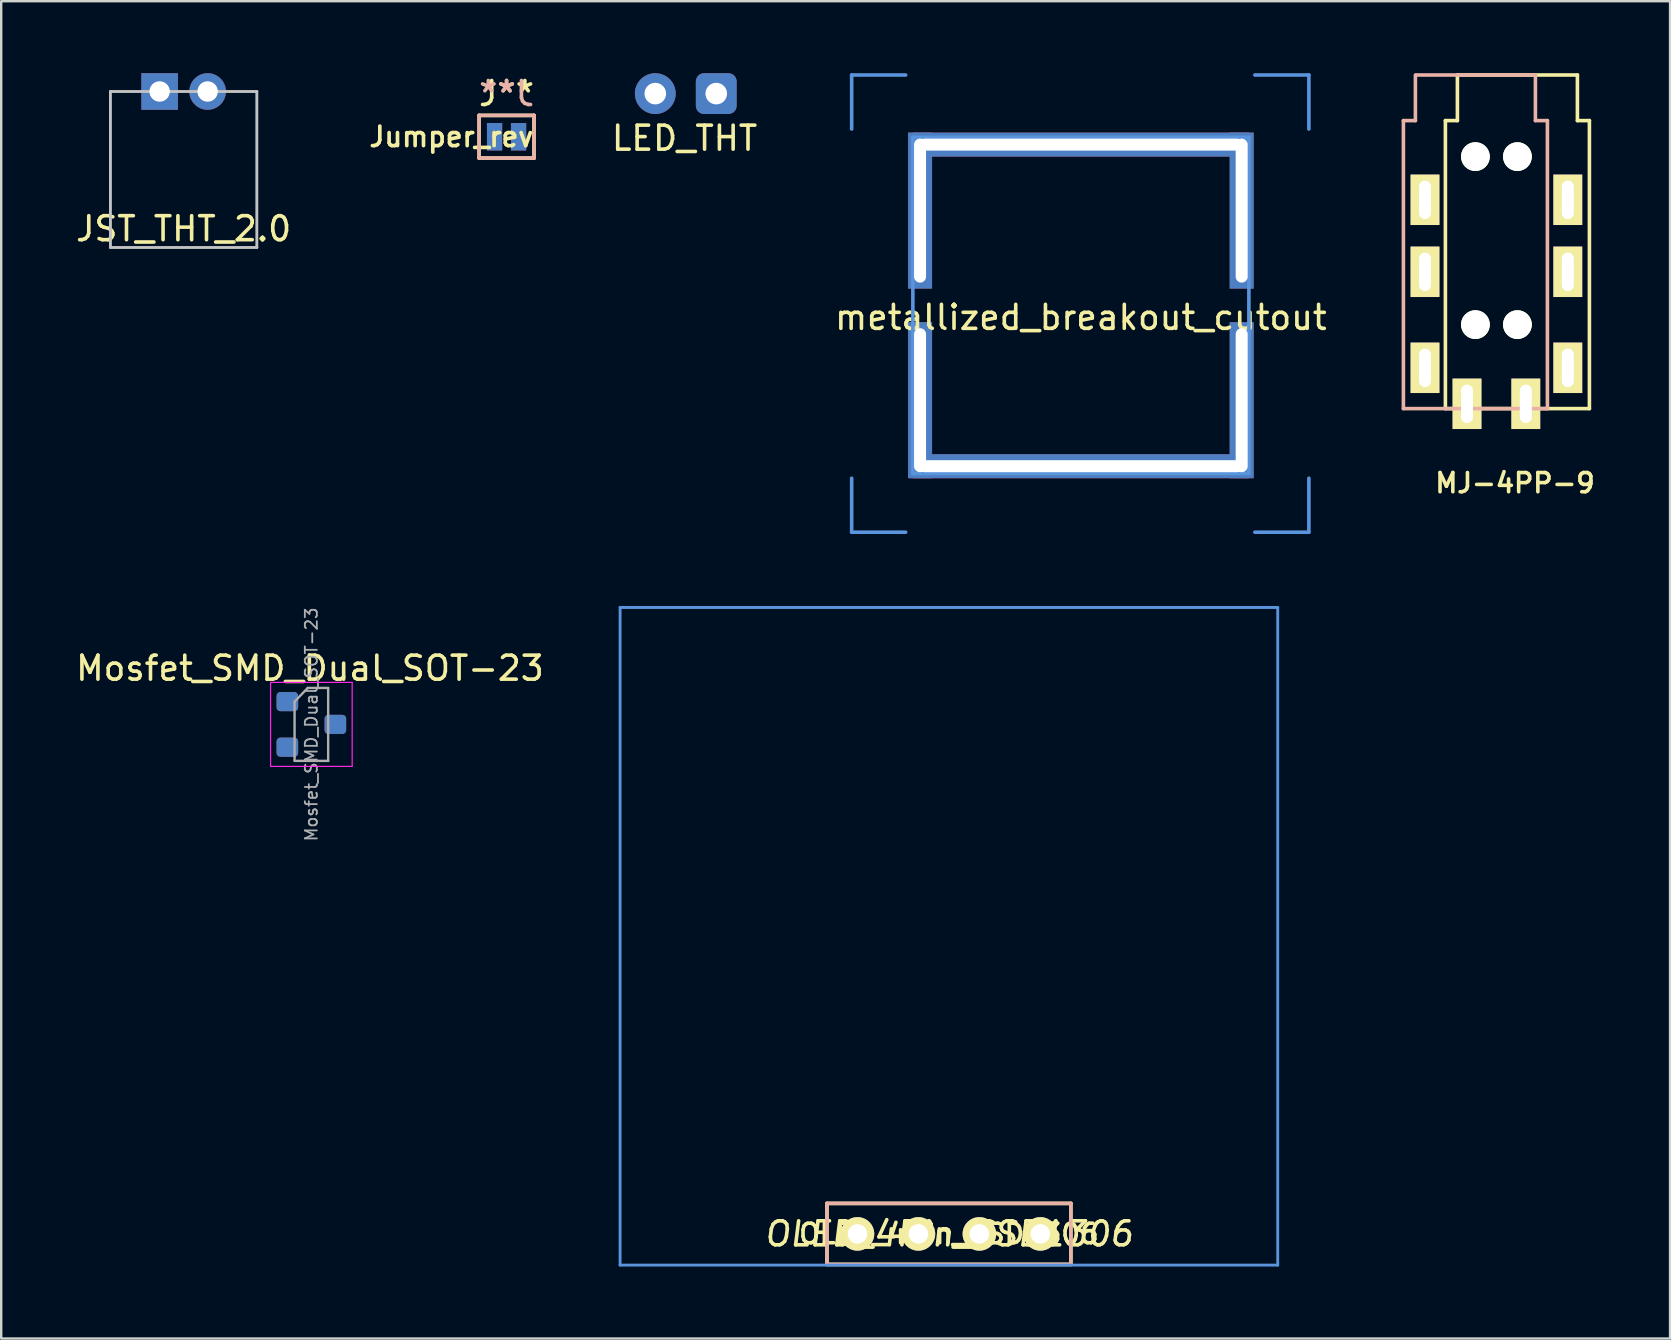
<source format=kicad_pcb>
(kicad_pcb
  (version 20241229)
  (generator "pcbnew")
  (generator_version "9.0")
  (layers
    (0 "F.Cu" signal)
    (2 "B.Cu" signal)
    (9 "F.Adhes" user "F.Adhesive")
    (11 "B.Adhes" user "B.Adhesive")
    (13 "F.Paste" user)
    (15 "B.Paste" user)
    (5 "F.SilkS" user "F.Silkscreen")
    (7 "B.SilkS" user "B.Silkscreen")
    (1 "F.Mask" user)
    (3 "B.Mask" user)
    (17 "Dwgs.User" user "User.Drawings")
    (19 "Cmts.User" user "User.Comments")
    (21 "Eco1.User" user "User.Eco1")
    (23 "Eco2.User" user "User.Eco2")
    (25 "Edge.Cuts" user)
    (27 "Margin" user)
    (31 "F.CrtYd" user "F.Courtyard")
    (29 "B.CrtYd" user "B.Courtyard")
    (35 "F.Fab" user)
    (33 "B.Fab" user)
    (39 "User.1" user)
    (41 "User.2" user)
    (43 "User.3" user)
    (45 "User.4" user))
  (footprint "Jumper_rev"
    (layer "F.Cu")
    (at 18.056 2.648)
    (property "Reference" "Jumper_rev" (at -2.3 0 0) (layer "F.SilkS") (effects (font (size 0.813 0.813) (thickness 0.152))))
    (attr smd)
    (fp_line (start -1.143 -0.889) (end 1.143 -0.889) (stroke (width 0.15) (type solid)) (layer "F.SilkS"))
    (fp_line (start -1.143 0.889) (end -1.143 -0.889) (stroke (width 0.15) (type solid)) (layer "F.SilkS"))
    (fp_line (start 1.143 -0.889) (end 1.143 0.889) (stroke (width 0.15) (type solid)) (layer "F.SilkS"))
    (fp_line (start 1.143 0.889) (end -1.143 0.889) (stroke (width 0.15) (type solid)) (layer "F.SilkS"))
    (fp_line (start -1.143 -0.889) (end -1.143 0.889) (stroke (width 0.15) (type solid)) (layer "B.SilkS"))
    (fp_line (start -1.143 0.889) (end 1.143 0.889) (stroke (width 0.15) (type solid)) (layer "B.SilkS"))
    (fp_line (start 1.143 -0.889) (end -1.143 -0.889) (stroke (width 0.15) (type solid)) (layer "B.SilkS"))
    (fp_line (start 1.143 0.889) (end 1.143 -0.889) (stroke (width 0.15) (type solid)) (layer "B.SilkS"))
    (fp_text user "J**" (at 0 -1.8 0) (layer "F.SilkS") (effects (font (size 1 1) (thickness 0.15))))
    (fp_text user "J**" (at 0 -1.8 0) (layer "B.SilkS") (effects (font (size 1 1) (thickness 0.15)) (justify mirror)))
    (pad "1" smd rect (at -0.5 0) (size 0.635 1.143) (layers "F.Cu" "F.Mask" "F.Paste"))
    (pad "1" smd rect (at -0.5 0) (size 0.635 1.143) (layers "B.Cu" "B.Mask" "B.Paste"))
    (pad "2" smd rect (at 0.5 0) (size 0.635 1.143) (layers "F.Cu" "F.Mask" "F.Paste"))
    (pad "2" smd rect (at 0.5 0) (size 0.635 1.143) (layers "B.Cu" "B.Mask" "B.Paste")))
  (footprint "Mosfet_SMD_Dual_SOT-23"
    (layer "F.Cu")
    (at 9.863 27.052)
    (property "Reference" "Mosfet_SMD_Dual_SOT-23" (at 0 -2.26 0) (layer "F.SilkS") (effects (font (size 1 1) (thickness 0.15))))
    (attr through_hole)
    (fp_line (start -1.64 -1.67) (end 1.76 -1.67) (stroke (width 0.05) (type solid)) (layer "F.CrtYd"))
    (fp_line (start -1.64 1.83) (end -1.64 -1.67) (stroke (width 0.05) (type solid)) (layer "F.CrtYd"))
    (fp_line (start 1.76 -1.67) (end 1.76 1.83) (stroke (width 0.05) (type solid)) (layer "F.CrtYd"))
    (fp_line (start 1.76 1.83) (end -1.64 1.83) (stroke (width 0.05) (type solid)) (layer "F.CrtYd"))
    (fp_line (start -0.64 -0.87) (end -0.64 1.58) (stroke (width 0.1) (type solid)) (layer "F.Fab"))
    (fp_line (start -0.64 -0.87) (end -0.09 -1.44) (stroke (width 0.1) (type solid)) (layer "F.Fab"))
    (fp_line (start -0.64 1.6) (end 0.76 1.6) (stroke (width 0.1) (type solid)) (layer "F.Fab"))
    (fp_line (start -0.09 -1.44) (end 0.76 -1.44) (stroke (width 0.1) (type solid)) (layer "F.Fab"))
    (fp_line (start 0.76 -1.44) (end 0.76 1.6) (stroke (width 0.1) (type solid)) (layer "F.Fab"))
    (fp_text user "${REFERENCE}" (at 0.06 0.08 90) (layer "F.Fab") (effects (font (size 0.5 0.5) (thickness 0.075))))
    (pad "1" smd roundrect (at -0.94 -0.87) (size 0.9 0.8) (layers "F.Cu" "F.Mask" "F.Paste") (roundrect_rratio 0.2))
    (pad "1" smd roundrect (at -0.94 1.03) (size 0.9 0.8) (layers "B.Cu" "B.Mask" "B.Paste") (roundrect_rratio 0.2))
    (pad "2" smd roundrect (at -0.94 -0.87) (size 0.9 0.8) (layers "B.Cu" "B.Mask" "B.Paste") (roundrect_rratio 0.2))
    (pad "2" smd roundrect (at -0.94 1.03) (size 0.9 0.8) (layers "F.Cu" "F.Mask" "F.Paste") (roundrect_rratio 0.2))
    (pad "3" smd roundrect (at 1.06 0.08) (size 0.9 0.8) (layers "F.Cu" "F.Mask" "F.Paste") (roundrect_rratio 0.2))
    (pad "3" smd roundrect (at 1.06 0.08) (size 0.9 0.8) (layers "B.Cu" "B.Mask" "B.Paste") (roundrect_rratio 0.2)))
  (footprint "JST_THT_2.0"
    (layer "F.Cu")
    (at 4.601 0.762)
    (property "Reference" "JST_THT_2.0" (at 0 5.72 0) (layer "F.SilkS") (effects (font (size 1 1) (thickness 0.15))))
    (attr through_hole)
    (fp_line (start -3.05 0) (end -3.05 6.5) (stroke (width 0.12) (type solid)) (layer "Dwgs.User"))
    (fp_line (start -3.05 0) (end 3.05 0) (stroke (width 0.12) (type solid)) (layer "Dwgs.User"))
    (fp_line (start -3.05 6.5) (end 3.05 6.5) (stroke (width 0.12) (type solid)) (layer "Dwgs.User"))
    (fp_line (start 3.05 6.5) (end 3.05 0) (stroke (width 0.12) (type solid)) (layer "Dwgs.User"))
    (pad "1" thru_hole circle (at 1 0) (size 1.524 1.524) (drill 0.85) (layers "*.Cu" "*.Mask"))
    (pad "2" thru_hole rect (at -1 0) (size 1.524 1.524) (drill 0.85) (layers "*.Cu" "*.Mask")))
  (footprint "OLED_4Pin_SSD1306"
    (layer "F.Cu")
    (at 36.486 48.36)
    (property "Reference" "OLED_4Pin_SSD1306" (at 0 0 180) (layer "F.SilkS") (effects (font (size 0.813 0.813) (thickness 0.15))))
    (attr through_hole)
    (fp_line (start -5.08 -1.27) (end 5.08 -1.27) (stroke (width 0.15) (type solid)) (layer "F.SilkS"))
    (fp_line (start -5.08 1.27) (end -5.08 -1.27) (stroke (width 0.15) (type solid)) (layer "F.SilkS"))
    (fp_line (start -5.08 1.27) (end 5.08 1.27) (stroke (width 0.15) (type solid)) (layer "F.SilkS"))
    (fp_line (start 5.08 -1.27) (end 5.08 1.27) (stroke (width 0.15) (type solid)) (layer "F.SilkS"))
    (fp_line (start -5.08 -1.27) (end 5.08 -1.27) (stroke (width 0.15) (type solid)) (layer "B.SilkS"))
    (fp_line (start -5.08 1.27) (end -5.08 -1.27) (stroke (width 0.15) (type solid)) (layer "B.SilkS"))
    (fp_line (start 5.08 -1.27) (end 5.08 1.27) (stroke (width 0.15) (type solid)) (layer "B.SilkS"))
    (fp_line (start 5.08 1.27) (end -5.08 1.27) (stroke (width 0.15) (type solid)) (layer "B.SilkS"))
    (fp_line (start -13.7 -26.1) (end -13.7 1.3) (stroke (width 0.12) (type solid)) (layer "Cmts.User"))
    (fp_line (start -13.7 -26.1) (end 13.7 -26.1) (stroke (width 0.12) (type solid)) (layer "Cmts.User"))
    (fp_line (start -13.7 1.3) (end 13.7 1.3) (stroke (width 0.12) (type solid)) (layer "Cmts.User"))
    (fp_line (start 13.7 -26.1) (end 13.7 1.3) (stroke (width 0.12) (type solid)) (layer "Cmts.User"))
    (fp_text user "${REFERENCE}" (at 0 0 0) (layer "F.SilkS") (effects (font (size 1 1) (thickness 0.15) (italic yes))))
    (pad "1" thru_hole circle (at -3.81 0) (size 1.397 1.397) (drill 0.813) (layers "*.Cu" "*.Mask" "F.SilkS"))
    (pad "2" thru_hole circle (at -1.27 0) (size 1.397 1.397) (drill 0.813) (layers "*.Cu" "*.Mask" "F.SilkS"))
    (pad "3" thru_hole circle (at 1.27 0) (size 1.397 1.397) (drill 0.813) (layers "*.Cu" "*.Mask" "F.SilkS"))
    (pad "4" thru_hole circle (at 3.81 0) (size 1.397 1.397) (drill 0.813) (layers "*.Cu" "*.Mask" "F.SilkS")))
  (footprint "metallized_breakout_cutout"
    (layer "F.Cu")
    (at 41.984 9.675)
    (property "Reference" "metallized_breakout_cutout" (at 0 0.5 0) (layer "F.SilkS") (effects (font (size 1 1) (thickness 0.15))))
    (attr through_hole)
    (fp_line (start -9.55 -9.6) (end -9.55 -7.35) (stroke (width 0.15) (type solid)) (layer "Cmts.User"))
    (fp_line (start -9.55 -9.6) (end -7.3 -9.6) (stroke (width 0.15) (type solid)) (layer "Cmts.User"))
    (fp_line (start -9.55 9.45) (end -9.55 7.2) (stroke (width 0.15) (type solid)) (layer "Cmts.User"))
    (fp_line (start -9.55 9.45) (end -7.3 9.45) (stroke (width 0.15) (type solid)) (layer "Cmts.User"))
    (fp_line (start -7 -7) (end -7 7) (stroke (width 0.15) (type solid)) (layer "Cmts.User"))
    (fp_line (start -7 7) (end 7 7) (stroke (width 0.15) (type solid)) (layer "Cmts.User"))
    (fp_line (start 0 -7) (end -7 -7) (stroke (width 0.15) (type solid)) (layer "Cmts.User"))
    (fp_line (start 7 -7) (end 0 -7) (stroke (width 0.15) (type solid)) (layer "Cmts.User"))
    (fp_line (start 7 7) (end 7 -7) (stroke (width 0.15) (type solid)) (layer "Cmts.User"))
    (fp_line (start 9.5 -9.6) (end 7.25 -9.6) (stroke (width 0.15) (type solid)) (layer "Cmts.User"))
    (fp_line (start 9.5 -9.6) (end 9.5 -7.35) (stroke (width 0.15) (type solid)) (layer "Cmts.User"))
    (fp_line (start 9.5 9.45) (end 7.25 9.45) (stroke (width 0.15) (type solid)) (layer "Cmts.User"))
    (fp_line (start 9.5 9.45) (end 9.5 7.2) (stroke (width 0.15) (type solid)) (layer "Cmts.User"))
    (pad "1" thru_hole custom (at -6.7 -3.95) (size 1 6.5) (drill oval 0.5 6) (layers "*.Cu" "*.Mask") (options (anchor rect)) (primitives))
    (pad "1" thru_hole custom (at -6.7 3.95) (size 1 6.5) (drill oval 0.5 6) (layers "*.Cu" "*.Mask") (options (anchor rect)) (primitives))
    (pad "1" thru_hole custom (at 0 -6.7 90) (size 1 14) (drill oval 0.5 13.5) (layers "*.Cu" "*.Mask") (options (anchor rect)) (primitives))
    (pad "1" thru_hole custom (at 0 6.7 270) (size 1 14) (drill oval 0.5 13.5) (layers "*.Cu" "*.Mask") (options (anchor rect)) (primitives))
    (pad "1" thru_hole custom (at 6.7 -3.95 180) (size 1 6.5) (drill oval 0.5 6) (layers "*.Cu" "*.Mask") (options (anchor rect)) (primitives))
    (pad "1" thru_hole custom (at 6.7 3.95 180) (size 1 6.5) (drill oval 0.5 6) (layers "*.Cu" "*.Mask") (options (anchor rect)) (primitives)))
  (footprint "MJ-4PP-9"
    (layer "F.Cu")
    (at 60.172 1.975)
    (property "Reference" "MJ-4PP-9" (at -0.1 15.1 0) (layer "F.SilkS") (effects (font (size 0.8 0.8) (thickness 0.15))))
    (attr through_hole)
    (fp_line (start -3 0) (end -2.5 0) (stroke (width 0.15) (type solid)) (layer "F.SilkS"))
    (fp_line (start -3 12) (end -3 0) (stroke (width 0.15) (type solid)) (layer "F.SilkS"))
    (fp_line (start -2.5 -1.9) (end 2.5 -1.9) (stroke (width 0.15) (type solid)) (layer "F.SilkS"))
    (fp_line (start -2.5 0) (end -2.5 -1.9) (stroke (width 0.15) (type solid)) (layer "F.SilkS"))
    (fp_line (start 2.5 0) (end 2.5 -1.9) (stroke (width 0.15) (type solid)) (layer "F.SilkS"))
    (fp_line (start 3 0) (end 2.5 0) (stroke (width 0.15) (type solid)) (layer "F.SilkS"))
    (fp_line (start 3 0) (end 3 12) (stroke (width 0.15) (type solid)) (layer "F.SilkS"))
    (fp_line (start 3 12) (end -3 12) (stroke (width 0.15) (type solid)) (layer "F.SilkS"))
    (fp_line (start -4.75 0) (end -4.25 0) (stroke (width 0.15) (type solid)) (layer "B.SilkS"))
    (fp_line (start -4.75 12) (end -4.75 0) (stroke (width 0.15) (type solid)) (layer "B.SilkS"))
    (fp_line (start -4.25 0) (end -4.25 -1.9) (stroke (width 0.15) (type solid)) (layer "B.SilkS"))
    (fp_line (start -4.2 -1.9) (end 0.75 -1.9) (stroke (width 0.15) (type solid)) (layer "B.SilkS"))
    (fp_line (start 0.75 0) (end 0.75 -1.9) (stroke (width 0.15) (type solid)) (layer "B.SilkS"))
    (fp_line (start 1.25 0) (end 0.75 0) (stroke (width 0.15) (type solid)) (layer "B.SilkS"))
    (fp_line (start 1.25 0) (end 1.25 12) (stroke (width 0.15) (type solid)) (layer "B.SilkS"))
    (fp_line (start 1.25 12) (end -4.75 12) (stroke (width 0.15) (type solid)) (layer "B.SilkS"))
    (pad "" np_thru_hole circle (at -1.75 1.5) (size 1.2 1.2) (drill 1.2) (layers "*.Cu" "*.Mask" "F.SilkS"))
    (pad "" np_thru_hole circle (at -1.75 8.5) (size 1.2 1.2) (drill 1.2) (layers "*.Cu" "*.Mask" "F.SilkS"))
    (pad "" np_thru_hole circle (at 0 1.5) (size 1.2 1.2) (drill 1.2) (layers "*.Cu" "*.Mask" "F.SilkS"))
    (pad "" np_thru_hole circle (at 0 8.5) (size 1.2 1.2) (drill 1.2) (layers "*.Cu" "*.Mask" "F.SilkS"))
    (pad "1" thru_hole rect (at -3.85 10.3) (size 1.2 2.1) (drill oval 0.5 1.6) (layers "*.Cu" "*.Mask" "F.SilkS"))
    (pad "1" thru_hole rect (at 2.1 10.3) (size 1.2 2.1) (drill oval 0.5 1.6) (layers "*.Cu" "*.Mask" "F.SilkS"))
    (pad "2" thru_hole rect (at -3.85 6.3) (size 1.2 2.1) (drill oval 0.5 1.6) (layers "*.Cu" "*.Mask" "F.SilkS"))
    (pad "2" thru_hole rect (at 2.1 6.3) (size 1.2 2.1) (drill oval 0.5 1.6) (layers "*.Cu" "*.Mask" "F.SilkS"))
    (pad "3" thru_hole rect (at -3.85 3.3) (size 1.2 2.1) (drill oval 0.5 1.6) (layers "*.Cu" "*.Mask" "F.SilkS"))
    (pad "3" thru_hole rect (at 2.1 3.3) (size 1.2 2.1) (drill oval 0.5 1.6) (layers "*.Cu" "*.Mask" "F.SilkS"))
    (pad "4" thru_hole rect (at -2.1 11.8) (size 1.2 2.1) (drill oval 0.5 1.6) (layers "*.Cu" "*.Mask" "F.SilkS"))
    (pad "4" thru_hole rect (at 0.35 11.8) (size 1.2 2.1) (drill oval 0.5 1.6) (layers "*.Cu" "*.Mask" "F.SilkS")))
  (footprint "LED_THT"
    (layer "F.Cu")
    (at 25.522 0.85)
    (property "Reference" "LED_THT" (at -0.05 1.86 0) (layer "F.SilkS") (effects (font (size 1 1) (thickness 0.15))))
    (attr through_hole)
    (pad "1" thru_hole circle (at -1.27 0) (size 1.7 1.7) (drill 0.9) (layers "*.Cu" "*.Mask"))
    (pad "2" thru_hole roundrect (at 1.27 0) (size 1.7 1.7) (drill 0.9) (layers "*.Cu" "*.Mask") (roundrect_rratio 0.2)))
  (gr_rect
    (start -3 -3)
    (end 66.532 52.72)
    (stroke (width 0.1) (type default))
    (fill no)
    (layer "Edge.Cuts")))
</source>
